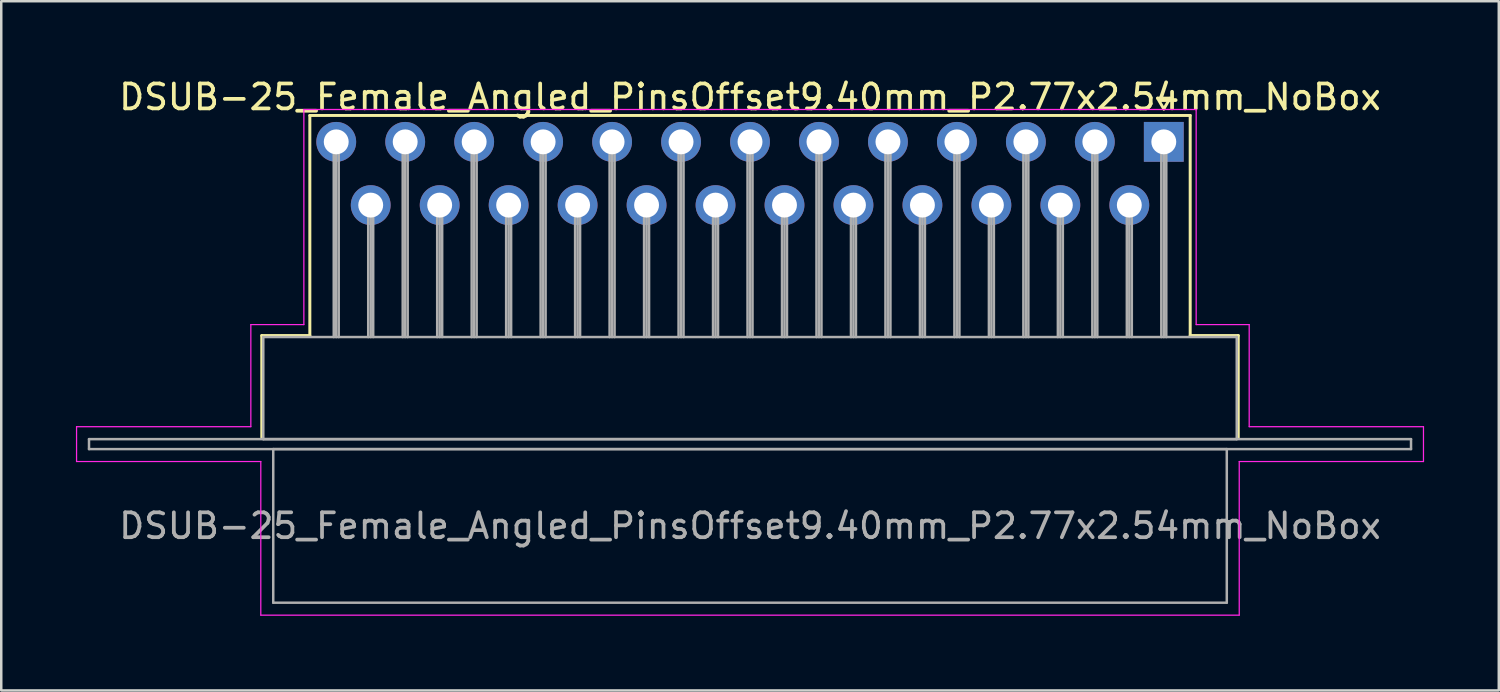
<source format=kicad_pcb>
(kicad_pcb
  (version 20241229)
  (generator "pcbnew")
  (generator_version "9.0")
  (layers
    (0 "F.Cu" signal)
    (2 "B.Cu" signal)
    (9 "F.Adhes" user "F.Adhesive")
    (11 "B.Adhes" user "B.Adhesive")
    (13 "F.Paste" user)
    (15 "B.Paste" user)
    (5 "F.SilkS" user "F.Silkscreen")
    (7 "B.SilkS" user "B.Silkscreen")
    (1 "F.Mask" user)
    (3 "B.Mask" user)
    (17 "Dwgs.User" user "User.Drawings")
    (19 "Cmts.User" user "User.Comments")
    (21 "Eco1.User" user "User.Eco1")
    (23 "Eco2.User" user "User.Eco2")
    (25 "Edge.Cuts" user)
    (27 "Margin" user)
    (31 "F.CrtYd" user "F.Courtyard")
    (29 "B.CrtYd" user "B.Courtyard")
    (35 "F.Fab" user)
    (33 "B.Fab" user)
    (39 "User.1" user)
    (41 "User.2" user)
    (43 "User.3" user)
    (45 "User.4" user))
  (footprint "DSUB-25_Female_Angled_PinsOffset9.40mm_P2.77x2.54mm_NoBox"
    (layer "F.Cu")
    (at 43.695 2.648)
    (property "Reference" "DSUB-25_Female_Angled_PinsOffset9.40mm_P2.77x2.54mm_NoBox" (at -16.62 -1.8 0) (layer "F.SilkS") (effects (font (size 1 1) (thickness 0.15))))
    (attr through_hole)
    (fp_line (start -36.23 7.78) (end -34.3 7.78) (stroke (width 0.12) (type solid)) (layer "F.SilkS"))
    (fp_line (start -36.23 11.88) (end -36.23 7.78) (stroke (width 0.12) (type solid)) (layer "F.SilkS"))
    (fp_line (start -34.3 -1.06) (end 1.06 -1.06) (stroke (width 0.12) (type solid)) (layer "F.SilkS"))
    (fp_line (start -34.3 7.78) (end -34.3 -1.06) (stroke (width 0.12) (type solid)) (layer "F.SilkS"))
    (fp_line (start -0.25 -1.754) (end 0.25 -1.754) (stroke (width 0.12) (type solid)) (layer "F.SilkS"))
    (fp_line (start 0 -1.321) (end -0.25 -1.754) (stroke (width 0.12) (type solid)) (layer "F.SilkS"))
    (fp_line (start 0.25 -1.754) (end 0 -1.321) (stroke (width 0.12) (type solid)) (layer "F.SilkS"))
    (fp_line (start 1.06 -1.06) (end 1.06 7.78) (stroke (width 0.12) (type solid)) (layer "F.SilkS"))
    (fp_line (start 1.06 7.78) (end 2.99 7.78) (stroke (width 0.12) (type solid)) (layer "F.SilkS"))
    (fp_line (start 2.99 7.78) (end 2.99 11.88) (stroke (width 0.12) (type solid)) (layer "F.SilkS"))
    (fp_line (start -43.67 11.44) (end -36.67 11.44) (stroke (width 0.05) (type solid)) (layer "F.CrtYd"))
    (fp_line (start -43.67 12.84) (end -43.67 11.44) (stroke (width 0.05) (type solid)) (layer "F.CrtYd"))
    (fp_line (start -36.67 7.34) (end -34.54 7.34) (stroke (width 0.05) (type solid)) (layer "F.CrtYd"))
    (fp_line (start -36.67 11.44) (end -36.67 7.34) (stroke (width 0.05) (type solid)) (layer "F.CrtYd"))
    (fp_line (start -36.27 12.84) (end -43.67 12.84) (stroke (width 0.05) (type solid)) (layer "F.CrtYd"))
    (fp_line (start -36.27 19.01) (end -36.27 12.84) (stroke (width 0.05) (type solid)) (layer "F.CrtYd"))
    (fp_line (start -34.54 -1.3) (end 1.3 -1.3) (stroke (width 0.05) (type solid)) (layer "F.CrtYd"))
    (fp_line (start -34.54 7.34) (end -34.54 -1.3) (stroke (width 0.05) (type solid)) (layer "F.CrtYd"))
    (fp_line (start 1.3 -1.3) (end 1.3 7.34) (stroke (width 0.05) (type solid)) (layer "F.CrtYd"))
    (fp_line (start 1.3 7.34) (end 3.43 7.34) (stroke (width 0.05) (type solid)) (layer "F.CrtYd"))
    (fp_line (start 3.03 12.84) (end 3.03 19.01) (stroke (width 0.05) (type solid)) (layer "F.CrtYd"))
    (fp_line (start 3.03 19.01) (end -36.27 19.01) (stroke (width 0.05) (type solid)) (layer "F.CrtYd"))
    (fp_line (start 3.43 7.34) (end 3.43 11.44) (stroke (width 0.05) (type solid)) (layer "F.CrtYd"))
    (fp_line (start 3.43 11.44) (end 10.43 11.44) (stroke (width 0.05) (type solid)) (layer "F.CrtYd"))
    (fp_line (start 10.43 11.44) (end 10.43 12.84) (stroke (width 0.05) (type solid)) (layer "F.CrtYd"))
    (fp_line (start 10.43 12.84) (end 3.03 12.84) (stroke (width 0.05) (type solid)) (layer "F.CrtYd"))
    (fp_line (start -43.17 11.94) (end -43.17 12.34) (stroke (width 0.1) (type solid)) (layer "F.Fab"))
    (fp_line (start -43.17 12.34) (end 9.93 12.34) (stroke (width 0.1) (type solid)) (layer "F.Fab"))
    (fp_line (start -36.17 7.84) (end -36.17 11.94) (stroke (width 0.1) (type solid)) (layer "F.Fab"))
    (fp_line (start -36.17 11.94) (end 2.93 11.94) (stroke (width 0.1) (type solid)) (layer "F.Fab"))
    (fp_line (start -35.77 12.34) (end -35.77 18.51) (stroke (width 0.1) (type solid)) (layer "F.Fab"))
    (fp_line (start -35.77 18.51) (end 2.53 18.51) (stroke (width 0.1) (type solid)) (layer "F.Fab"))
    (fp_line (start -33.34 0) (end -33.34 7.84) (stroke (width 0.1) (type solid)) (layer "F.Fab"))
    (fp_line (start -33.24 0) (end -33.24 7.84) (stroke (width 0.1) (type solid)) (layer "F.Fab"))
    (fp_line (start -33.14 0) (end -33.14 7.84) (stroke (width 0.1) (type solid)) (layer "F.Fab"))
    (fp_line (start -31.955 2.54) (end -31.955 7.84) (stroke (width 0.1) (type solid)) (layer "F.Fab"))
    (fp_line (start -31.855 2.54) (end -31.855 7.84) (stroke (width 0.1) (type solid)) (layer "F.Fab"))
    (fp_line (start -31.755 2.54) (end -31.755 7.84) (stroke (width 0.1) (type solid)) (layer "F.Fab"))
    (fp_line (start -30.57 0) (end -30.57 7.84) (stroke (width 0.1) (type solid)) (layer "F.Fab"))
    (fp_line (start -30.47 0) (end -30.47 7.84) (stroke (width 0.1) (type solid)) (layer "F.Fab"))
    (fp_line (start -30.37 0) (end -30.37 7.84) (stroke (width 0.1) (type solid)) (layer "F.Fab"))
    (fp_line (start -29.185 2.54) (end -29.185 7.84) (stroke (width 0.1) (type solid)) (layer "F.Fab"))
    (fp_line (start -29.085 2.54) (end -29.085 7.84) (stroke (width 0.1) (type solid)) (layer "F.Fab"))
    (fp_line (start -28.985 2.54) (end -28.985 7.84) (stroke (width 0.1) (type solid)) (layer "F.Fab"))
    (fp_line (start -27.8 0) (end -27.8 7.84) (stroke (width 0.1) (type solid)) (layer "F.Fab"))
    (fp_line (start -27.7 0) (end -27.7 7.84) (stroke (width 0.1) (type solid)) (layer "F.Fab"))
    (fp_line (start -27.6 0) (end -27.6 7.84) (stroke (width 0.1) (type solid)) (layer "F.Fab"))
    (fp_line (start -26.415 2.54) (end -26.415 7.84) (stroke (width 0.1) (type solid)) (layer "F.Fab"))
    (fp_line (start -26.315 2.54) (end -26.315 7.84) (stroke (width 0.1) (type solid)) (layer "F.Fab"))
    (fp_line (start -26.215 2.54) (end -26.215 7.84) (stroke (width 0.1) (type solid)) (layer "F.Fab"))
    (fp_line (start -25.03 0) (end -25.03 7.84) (stroke (width 0.1) (type solid)) (layer "F.Fab"))
    (fp_line (start -24.93 0) (end -24.93 7.84) (stroke (width 0.1) (type solid)) (layer "F.Fab"))
    (fp_line (start -24.83 0) (end -24.83 7.84) (stroke (width 0.1) (type solid)) (layer "F.Fab"))
    (fp_line (start -23.645 2.54) (end -23.645 7.84) (stroke (width 0.1) (type solid)) (layer "F.Fab"))
    (fp_line (start -23.545 2.54) (end -23.545 7.84) (stroke (width 0.1) (type solid)) (layer "F.Fab"))
    (fp_line (start -23.445 2.54) (end -23.445 7.84) (stroke (width 0.1) (type solid)) (layer "F.Fab"))
    (fp_line (start -22.26 0) (end -22.26 7.84) (stroke (width 0.1) (type solid)) (layer "F.Fab"))
    (fp_line (start -22.16 0) (end -22.16 7.84) (stroke (width 0.1) (type solid)) (layer "F.Fab"))
    (fp_line (start -22.06 0) (end -22.06 7.84) (stroke (width 0.1) (type solid)) (layer "F.Fab"))
    (fp_line (start -20.875 2.54) (end -20.875 7.84) (stroke (width 0.1) (type solid)) (layer "F.Fab"))
    (fp_line (start -20.775 2.54) (end -20.775 7.84) (stroke (width 0.1) (type solid)) (layer "F.Fab"))
    (fp_line (start -20.675 2.54) (end -20.675 7.84) (stroke (width 0.1) (type solid)) (layer "F.Fab"))
    (fp_line (start -19.49 0) (end -19.49 7.84) (stroke (width 0.1) (type solid)) (layer "F.Fab"))
    (fp_line (start -19.39 0) (end -19.39 7.84) (stroke (width 0.1) (type solid)) (layer "F.Fab"))
    (fp_line (start -19.29 0) (end -19.29 7.84) (stroke (width 0.1) (type solid)) (layer "F.Fab"))
    (fp_line (start -18.105 2.54) (end -18.105 7.84) (stroke (width 0.1) (type solid)) (layer "F.Fab"))
    (fp_line (start -18.005 2.54) (end -18.005 7.84) (stroke (width 0.1) (type solid)) (layer "F.Fab"))
    (fp_line (start -17.905 2.54) (end -17.905 7.84) (stroke (width 0.1) (type solid)) (layer "F.Fab"))
    (fp_line (start -16.72 0) (end -16.72 7.84) (stroke (width 0.1) (type solid)) (layer "F.Fab"))
    (fp_line (start -16.62 0) (end -16.62 7.84) (stroke (width 0.1) (type solid)) (layer "F.Fab"))
    (fp_line (start -16.52 0) (end -16.52 7.84) (stroke (width 0.1) (type solid)) (layer "F.Fab"))
    (fp_line (start -15.335 2.54) (end -15.335 7.84) (stroke (width 0.1) (type solid)) (layer "F.Fab"))
    (fp_line (start -15.235 2.54) (end -15.235 7.84) (stroke (width 0.1) (type solid)) (layer "F.Fab"))
    (fp_line (start -15.135 2.54) (end -15.135 7.84) (stroke (width 0.1) (type solid)) (layer "F.Fab"))
    (fp_line (start -13.95 0) (end -13.95 7.84) (stroke (width 0.1) (type solid)) (layer "F.Fab"))
    (fp_line (start -13.85 0) (end -13.85 7.84) (stroke (width 0.1) (type solid)) (layer "F.Fab"))
    (fp_line (start -13.75 0) (end -13.75 7.84) (stroke (width 0.1) (type solid)) (layer "F.Fab"))
    (fp_line (start -12.565 2.54) (end -12.565 7.84) (stroke (width 0.1) (type solid)) (layer "F.Fab"))
    (fp_line (start -12.465 2.54) (end -12.465 7.84) (stroke (width 0.1) (type solid)) (layer "F.Fab"))
    (fp_line (start -12.365 2.54) (end -12.365 7.84) (stroke (width 0.1) (type solid)) (layer "F.Fab"))
    (fp_line (start -11.18 0) (end -11.18 7.84) (stroke (width 0.1) (type solid)) (layer "F.Fab"))
    (fp_line (start -11.08 0) (end -11.08 7.84) (stroke (width 0.1) (type solid)) (layer "F.Fab"))
    (fp_line (start -10.98 0) (end -10.98 7.84) (stroke (width 0.1) (type solid)) (layer "F.Fab"))
    (fp_line (start -9.795 2.54) (end -9.795 7.84) (stroke (width 0.1) (type solid)) (layer "F.Fab"))
    (fp_line (start -9.695 2.54) (end -9.695 7.84) (stroke (width 0.1) (type solid)) (layer "F.Fab"))
    (fp_line (start -9.595 2.54) (end -9.595 7.84) (stroke (width 0.1) (type solid)) (layer "F.Fab"))
    (fp_line (start -8.41 0) (end -8.41 7.84) (stroke (width 0.1) (type solid)) (layer "F.Fab"))
    (fp_line (start -8.31 0) (end -8.31 7.84) (stroke (width 0.1) (type solid)) (layer "F.Fab"))
    (fp_line (start -8.21 0) (end -8.21 7.84) (stroke (width 0.1) (type solid)) (layer "F.Fab"))
    (fp_line (start -7.025 2.54) (end -7.025 7.84) (stroke (width 0.1) (type solid)) (layer "F.Fab"))
    (fp_line (start -6.925 2.54) (end -6.925 7.84) (stroke (width 0.1) (type solid)) (layer "F.Fab"))
    (fp_line (start -6.825 2.54) (end -6.825 7.84) (stroke (width 0.1) (type solid)) (layer "F.Fab"))
    (fp_line (start -5.64 0) (end -5.64 7.84) (stroke (width 0.1) (type solid)) (layer "F.Fab"))
    (fp_line (start -5.54 0) (end -5.54 7.84) (stroke (width 0.1) (type solid)) (layer "F.Fab"))
    (fp_line (start -5.44 0) (end -5.44 7.84) (stroke (width 0.1) (type solid)) (layer "F.Fab"))
    (fp_line (start -4.255 2.54) (end -4.255 7.84) (stroke (width 0.1) (type solid)) (layer "F.Fab"))
    (fp_line (start -4.155 2.54) (end -4.155 7.84) (stroke (width 0.1) (type solid)) (layer "F.Fab"))
    (fp_line (start -4.055 2.54) (end -4.055 7.84) (stroke (width 0.1) (type solid)) (layer "F.Fab"))
    (fp_line (start -2.87 0) (end -2.87 7.84) (stroke (width 0.1) (type solid)) (layer "F.Fab"))
    (fp_line (start -2.77 0) (end -2.77 7.84) (stroke (width 0.1) (type solid)) (layer "F.Fab"))
    (fp_line (start -2.67 0) (end -2.67 7.84) (stroke (width 0.1) (type solid)) (layer "F.Fab"))
    (fp_line (start -1.485 2.54) (end -1.485 7.84) (stroke (width 0.1) (type solid)) (layer "F.Fab"))
    (fp_line (start -1.385 2.54) (end -1.385 7.84) (stroke (width 0.1) (type solid)) (layer "F.Fab"))
    (fp_line (start -1.285 2.54) (end -1.285 7.84) (stroke (width 0.1) (type solid)) (layer "F.Fab"))
    (fp_line (start -0.1 0) (end -0.1 7.84) (stroke (width 0.1) (type solid)) (layer "F.Fab"))
    (fp_line (start 0 0) (end 0 7.84) (stroke (width 0.1) (type solid)) (layer "F.Fab"))
    (fp_line (start 0.1 0) (end 0.1 7.84) (stroke (width 0.1) (type solid)) (layer "F.Fab"))
    (fp_line (start 2.53 12.34) (end -35.77 12.34) (stroke (width 0.1) (type solid)) (layer "F.Fab"))
    (fp_line (start 2.53 18.51) (end 2.53 12.34) (stroke (width 0.1) (type solid)) (layer "F.Fab"))
    (fp_line (start 2.93 7.84) (end -36.17 7.84) (stroke (width 0.1) (type solid)) (layer "F.Fab"))
    (fp_line (start 2.93 11.94) (end 2.93 7.84) (stroke (width 0.1) (type solid)) (layer "F.Fab"))
    (fp_line (start 9.93 11.94) (end -43.17 11.94) (stroke (width 0.1) (type solid)) (layer "F.Fab"))
    (fp_line (start 9.93 12.34) (end 9.93 11.94) (stroke (width 0.1) (type solid)) (layer "F.Fab"))
    (fp_text user "${REFERENCE}" (at -16.62 15.425 0) (layer "F.Fab") (effects (font (size 1 1) (thickness 0.15))))
    (pad "1" thru_hole rect (at 0 0) (size 1.6 1.6) (drill 1) (layers "*.Cu" "*.Mask"))
    (pad "2" thru_hole circle (at -2.77 0) (size 1.6 1.6) (drill 1) (layers "*.Cu" "*.Mask"))
    (pad "3" thru_hole circle (at -5.54 0) (size 1.6 1.6) (drill 1) (layers "*.Cu" "*.Mask"))
    (pad "4" thru_hole circle (at -8.31 0) (size 1.6 1.6) (drill 1) (layers "*.Cu" "*.Mask"))
    (pad "5" thru_hole circle (at -11.08 0) (size 1.6 1.6) (drill 1) (layers "*.Cu" "*.Mask"))
    (pad "6" thru_hole circle (at -13.85 0) (size 1.6 1.6) (drill 1) (layers "*.Cu" "*.Mask"))
    (pad "7" thru_hole circle (at -16.62 0) (size 1.6 1.6) (drill 1) (layers "*.Cu" "*.Mask"))
    (pad "8" thru_hole circle (at -19.39 0) (size 1.6 1.6) (drill 1) (layers "*.Cu" "*.Mask"))
    (pad "9" thru_hole circle (at -22.16 0) (size 1.6 1.6) (drill 1) (layers "*.Cu" "*.Mask"))
    (pad "10" thru_hole circle (at -24.93 0) (size 1.6 1.6) (drill 1) (layers "*.Cu" "*.Mask"))
    (pad "11" thru_hole circle (at -27.7 0) (size 1.6 1.6) (drill 1) (layers "*.Cu" "*.Mask"))
    (pad "12" thru_hole circle (at -30.47 0) (size 1.6 1.6) (drill 1) (layers "*.Cu" "*.Mask"))
    (pad "13" thru_hole circle (at -33.24 0) (size 1.6 1.6) (drill 1) (layers "*.Cu" "*.Mask"))
    (pad "14" thru_hole circle (at -1.385 2.54) (size 1.6 1.6) (drill 1) (layers "*.Cu" "*.Mask"))
    (pad "15" thru_hole circle (at -4.155 2.54) (size 1.6 1.6) (drill 1) (layers "*.Cu" "*.Mask"))
    (pad "16" thru_hole circle (at -6.925 2.54) (size 1.6 1.6) (drill 1) (layers "*.Cu" "*.Mask"))
    (pad "17" thru_hole circle (at -9.695 2.54) (size 1.6 1.6) (drill 1) (layers "*.Cu" "*.Mask"))
    (pad "18" thru_hole circle (at -12.465 2.54) (size 1.6 1.6) (drill 1) (layers "*.Cu" "*.Mask"))
    (pad "19" thru_hole circle (at -15.235 2.54) (size 1.6 1.6) (drill 1) (layers "*.Cu" "*.Mask"))
    (pad "20" thru_hole circle (at -18.005 2.54) (size 1.6 1.6) (drill 1) (layers "*.Cu" "*.Mask"))
    (pad "21" thru_hole circle (at -20.775 2.54) (size 1.6 1.6) (drill 1) (layers "*.Cu" "*.Mask"))
    (pad "22" thru_hole circle (at -23.545 2.54) (size 1.6 1.6) (drill 1) (layers "*.Cu" "*.Mask"))
    (pad "23" thru_hole circle (at -26.315 2.54) (size 1.6 1.6) (drill 1) (layers "*.Cu" "*.Mask"))
    (pad "24" thru_hole circle (at -29.085 2.54) (size 1.6 1.6) (drill 1) (layers "*.Cu" "*.Mask"))
    (pad "25" thru_hole circle (at -31.855 2.54) (size 1.6 1.6) (drill 1) (layers "*.Cu" "*.Mask")))
  (gr_rect
    (start -3 -3)
    (end 57.15 24.683)
    (stroke (width 0.1) (type default))
    (fill no)
    (layer "Edge.Cuts")))
</source>
